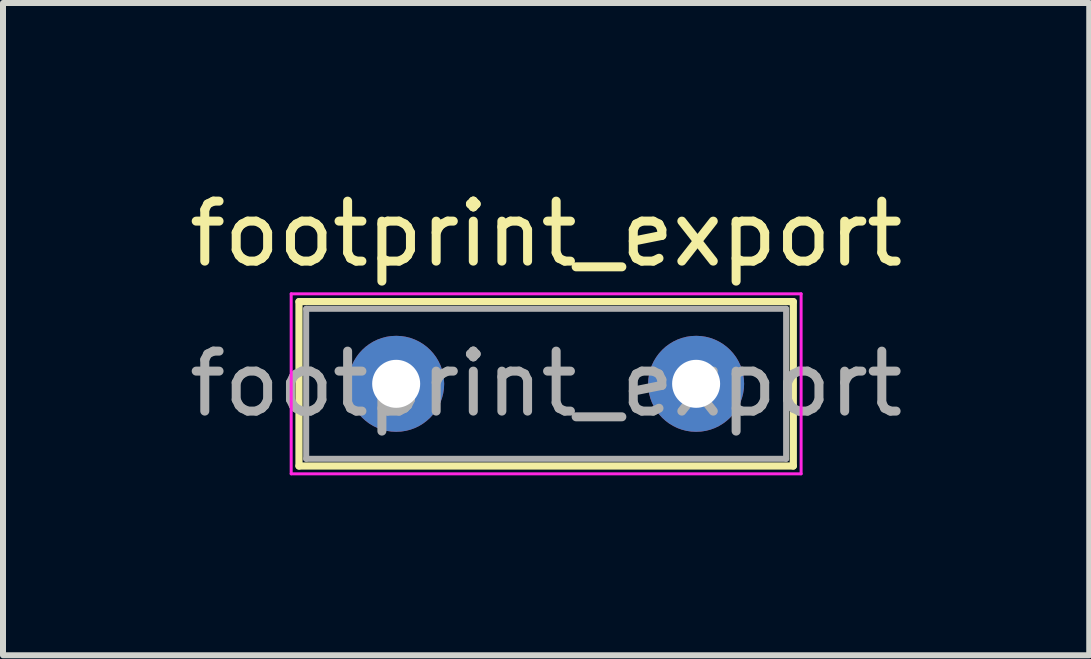
<source format=kicad_pcb>
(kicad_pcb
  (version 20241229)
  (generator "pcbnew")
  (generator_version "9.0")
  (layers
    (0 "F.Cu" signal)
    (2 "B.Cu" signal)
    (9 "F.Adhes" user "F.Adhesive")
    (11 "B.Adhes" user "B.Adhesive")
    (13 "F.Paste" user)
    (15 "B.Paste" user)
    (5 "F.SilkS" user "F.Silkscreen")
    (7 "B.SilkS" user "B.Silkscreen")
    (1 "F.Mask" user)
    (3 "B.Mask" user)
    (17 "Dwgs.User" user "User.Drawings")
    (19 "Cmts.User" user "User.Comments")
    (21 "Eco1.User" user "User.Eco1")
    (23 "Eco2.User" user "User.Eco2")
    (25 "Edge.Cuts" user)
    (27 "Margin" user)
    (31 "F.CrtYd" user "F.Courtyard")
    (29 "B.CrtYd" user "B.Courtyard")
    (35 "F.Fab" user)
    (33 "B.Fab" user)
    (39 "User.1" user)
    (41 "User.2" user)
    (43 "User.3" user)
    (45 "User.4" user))
  (footprint "footprint_export"
    (layer "F.Cu")
    (at 3.554 3.348)
    (property "Reference" "footprint_export" (at 2.5 -2.5 0) (layer "F.SilkS") (effects (font (size 1 1) (thickness 0.15))))
    (attr through_hole)
    (fp_line (start -1.62 -1.37) (end -1.62 1.37) (stroke (width 0.12) (type solid)) (layer "F.SilkS"))
    (fp_line (start -1.62 -1.37) (end 6.62 -1.37) (stroke (width 0.12) (type solid)) (layer "F.SilkS"))
    (fp_line (start -1.62 1.37) (end 6.62 1.37) (stroke (width 0.12) (type solid)) (layer "F.SilkS"))
    (fp_line (start 6.62 -1.37) (end 6.62 1.37) (stroke (width 0.12) (type solid)) (layer "F.SilkS"))
    (fp_line (start -1.75 -1.5) (end -1.75 1.5) (stroke (width 0.05) (type solid)) (layer "F.CrtYd"))
    (fp_line (start -1.75 1.5) (end 6.75 1.5) (stroke (width 0.05) (type solid)) (layer "F.CrtYd"))
    (fp_line (start 6.75 -1.5) (end -1.75 -1.5) (stroke (width 0.05) (type solid)) (layer "F.CrtYd"))
    (fp_line (start 6.75 1.5) (end 6.75 -1.5) (stroke (width 0.05) (type solid)) (layer "F.CrtYd"))
    (fp_line (start -1.5 -1.25) (end -1.5 1.25) (stroke (width 0.1) (type solid)) (layer "F.Fab"))
    (fp_line (start -1.5 1.25) (end 6.5 1.25) (stroke (width 0.1) (type solid)) (layer "F.Fab"))
    (fp_line (start 6.5 -1.25) (end -1.5 -1.25) (stroke (width 0.1) (type solid)) (layer "F.Fab"))
    (fp_line (start 6.5 1.25) (end 6.5 -1.25) (stroke (width 0.1) (type solid)) (layer "F.Fab"))
    (fp_text user "${REFERENCE}" (at 2.5 0 0) (layer "F.Fab") (effects (font (size 1 1) (thickness 0.15))))
    (pad "1" thru_hole circle (at 0 0) (size 1.6 1.6) (drill 0.8) (layers "*.Cu" "*.Mask"))
    (pad "2" thru_hole circle (at 5 0) (size 1.6 1.6) (drill 0.8) (layers "*.Cu" "*.Mask")))
  (gr_rect
    (start -3 -3)
    (end 15.107 7.873)
    (stroke (width 0.1) (type default))
    (fill no)
    (layer "Edge.Cuts")))
</source>
